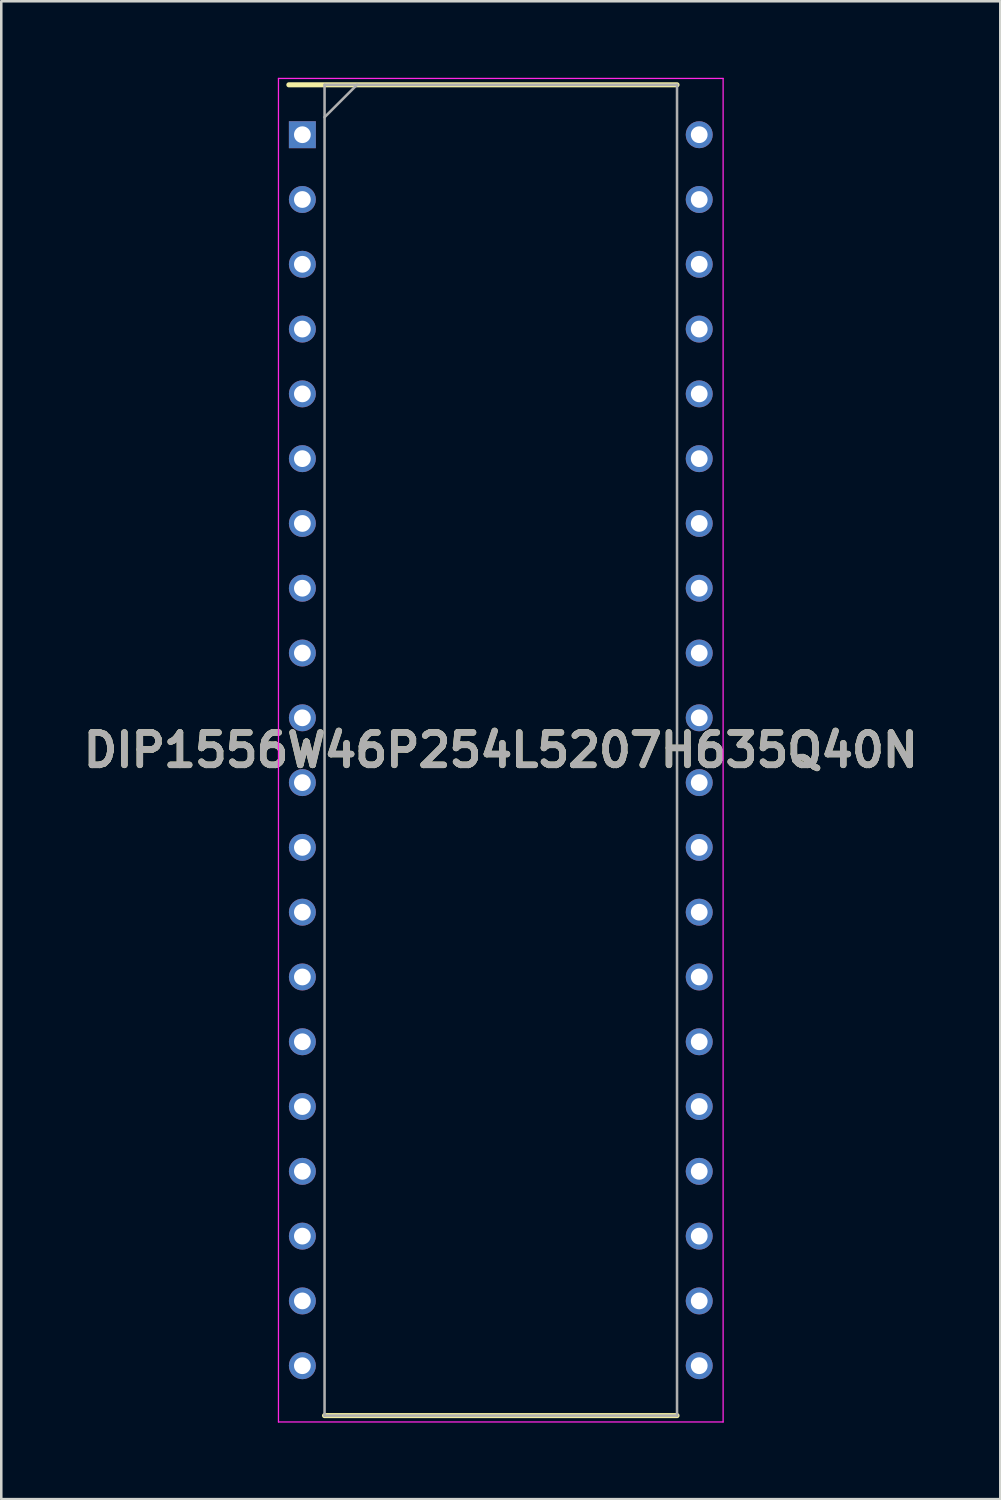
<source format=kicad_pcb>
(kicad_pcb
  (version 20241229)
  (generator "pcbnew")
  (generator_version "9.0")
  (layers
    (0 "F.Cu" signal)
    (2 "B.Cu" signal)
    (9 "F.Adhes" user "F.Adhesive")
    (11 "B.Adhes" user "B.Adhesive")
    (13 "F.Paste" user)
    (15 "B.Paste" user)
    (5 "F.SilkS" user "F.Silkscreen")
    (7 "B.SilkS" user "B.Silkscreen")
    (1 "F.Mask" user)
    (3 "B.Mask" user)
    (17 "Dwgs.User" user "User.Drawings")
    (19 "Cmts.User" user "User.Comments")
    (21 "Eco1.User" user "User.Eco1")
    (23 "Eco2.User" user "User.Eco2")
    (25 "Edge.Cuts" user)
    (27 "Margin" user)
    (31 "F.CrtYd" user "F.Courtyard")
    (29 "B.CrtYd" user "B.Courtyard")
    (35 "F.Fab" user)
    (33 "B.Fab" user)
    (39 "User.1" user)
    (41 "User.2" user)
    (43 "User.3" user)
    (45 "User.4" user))
  (footprint "DIP1556W46P254L5207H635Q40N"
    (layer "F.Cu")
    (at 16.583 26.361)
    (property "Reference" "DIP1556W46P254L5207H635Q40N" (at 0 0 0) (layer "F.SilkS") (effects (font (size 1.27 1.27) (thickness 0.254))))
    (attr through_hole)
    (fp_line (start -8.308 -26.086) (end 6.909 -26.086) (stroke (width 0.2) (type solid)) (layer "F.SilkS"))
    (fp_line (start -6.909 26.086) (end 6.909 26.086) (stroke (width 0.2) (type solid)) (layer "F.SilkS"))
    (fp_line (start -8.716 -26.336) (end 8.716 -26.336) (stroke (width 0.05) (type solid)) (layer "F.CrtYd"))
    (fp_line (start -8.716 26.336) (end -8.716 -26.336) (stroke (width 0.05) (type solid)) (layer "F.CrtYd"))
    (fp_line (start 8.716 -26.336) (end 8.716 26.336) (stroke (width 0.05) (type solid)) (layer "F.CrtYd"))
    (fp_line (start 8.716 26.336) (end -8.716 26.336) (stroke (width 0.05) (type solid)) (layer "F.CrtYd"))
    (fp_line (start -6.909 -26.086) (end 6.909 -26.086) (stroke (width 0.1) (type solid)) (layer "F.Fab"))
    (fp_line (start -6.909 -24.816) (end -5.639 -26.086) (stroke (width 0.1) (type solid)) (layer "F.Fab"))
    (fp_line (start -6.909 26.086) (end -6.909 -26.086) (stroke (width 0.1) (type solid)) (layer "F.Fab"))
    (fp_line (start 6.909 -26.086) (end 6.909 26.086) (stroke (width 0.1) (type solid)) (layer "F.Fab"))
    (fp_line (start 6.909 26.086) (end -6.909 26.086) (stroke (width 0.1) (type solid)) (layer "F.Fab"))
    (fp_text user "${REFERENCE}" (at 0 0 0) (layer "F.Fab") (effects (font (size 1.27 1.27) (thickness 0.254))))
    (pad "1" thru_hole rect (at -7.779 -24.13) (size 1.057 1.057) (drill 0.657) (layers "*.Cu" "*.Mask"))
    (pad "2" thru_hole circle (at -7.779 -21.59) (size 1.057 1.057) (drill 0.657) (layers "*.Cu" "*.Mask"))
    (pad "3" thru_hole circle (at -7.779 -19.05) (size 1.057 1.057) (drill 0.657) (layers "*.Cu" "*.Mask"))
    (pad "4" thru_hole circle (at -7.779 -16.51) (size 1.057 1.057) (drill 0.657) (layers "*.Cu" "*.Mask"))
    (pad "5" thru_hole circle (at -7.779 -13.97) (size 1.057 1.057) (drill 0.657) (layers "*.Cu" "*.Mask"))
    (pad "6" thru_hole circle (at -7.779 -11.43) (size 1.057 1.057) (drill 0.657) (layers "*.Cu" "*.Mask"))
    (pad "7" thru_hole circle (at -7.779 -8.89) (size 1.057 1.057) (drill 0.657) (layers "*.Cu" "*.Mask"))
    (pad "8" thru_hole circle (at -7.779 -6.35) (size 1.057 1.057) (drill 0.657) (layers "*.Cu" "*.Mask"))
    (pad "9" thru_hole circle (at -7.779 -3.81) (size 1.057 1.057) (drill 0.657) (layers "*.Cu" "*.Mask"))
    (pad "10" thru_hole circle (at -7.779 -1.27) (size 1.057 1.057) (drill 0.657) (layers "*.Cu" "*.Mask"))
    (pad "11" thru_hole circle (at -7.779 1.27) (size 1.057 1.057) (drill 0.657) (layers "*.Cu" "*.Mask"))
    (pad "12" thru_hole circle (at -7.779 3.81) (size 1.057 1.057) (drill 0.657) (layers "*.Cu" "*.Mask"))
    (pad "13" thru_hole circle (at -7.779 6.35) (size 1.057 1.057) (drill 0.657) (layers "*.Cu" "*.Mask"))
    (pad "14" thru_hole circle (at -7.779 8.89) (size 1.057 1.057) (drill 0.657) (layers "*.Cu" "*.Mask"))
    (pad "15" thru_hole circle (at -7.779 11.43) (size 1.057 1.057) (drill 0.657) (layers "*.Cu" "*.Mask"))
    (pad "16" thru_hole circle (at -7.779 13.97) (size 1.057 1.057) (drill 0.657) (layers "*.Cu" "*.Mask"))
    (pad "17" thru_hole circle (at -7.779 16.51) (size 1.057 1.057) (drill 0.657) (layers "*.Cu" "*.Mask"))
    (pad "18" thru_hole circle (at -7.779 19.05) (size 1.057 1.057) (drill 0.657) (layers "*.Cu" "*.Mask"))
    (pad "19" thru_hole circle (at -7.779 21.59) (size 1.057 1.057) (drill 0.657) (layers "*.Cu" "*.Mask"))
    (pad "20" thru_hole circle (at -7.779 24.13) (size 1.057 1.057) (drill 0.657) (layers "*.Cu" "*.Mask"))
    (pad "21" thru_hole circle (at 7.779 24.13) (size 1.057 1.057) (drill 0.657) (layers "*.Cu" "*.Mask"))
    (pad "22" thru_hole circle (at 7.779 21.59) (size 1.057 1.057) (drill 0.657) (layers "*.Cu" "*.Mask"))
    (pad "23" thru_hole circle (at 7.779 19.05) (size 1.057 1.057) (drill 0.657) (layers "*.Cu" "*.Mask"))
    (pad "24" thru_hole circle (at 7.779 16.51) (size 1.057 1.057) (drill 0.657) (layers "*.Cu" "*.Mask"))
    (pad "25" thru_hole circle (at 7.779 13.97) (size 1.057 1.057) (drill 0.657) (layers "*.Cu" "*.Mask"))
    (pad "26" thru_hole circle (at 7.779 11.43) (size 1.057 1.057) (drill 0.657) (layers "*.Cu" "*.Mask"))
    (pad "27" thru_hole circle (at 7.779 8.89) (size 1.057 1.057) (drill 0.657) (layers "*.Cu" "*.Mask"))
    (pad "28" thru_hole circle (at 7.779 6.35) (size 1.057 1.057) (drill 0.657) (layers "*.Cu" "*.Mask"))
    (pad "29" thru_hole circle (at 7.779 3.81) (size 1.057 1.057) (drill 0.657) (layers "*.Cu" "*.Mask"))
    (pad "30" thru_hole circle (at 7.779 1.27) (size 1.057 1.057) (drill 0.657) (layers "*.Cu" "*.Mask"))
    (pad "31" thru_hole circle (at 7.779 -1.27) (size 1.057 1.057) (drill 0.657) (layers "*.Cu" "*.Mask"))
    (pad "32" thru_hole circle (at 7.779 -3.81) (size 1.057 1.057) (drill 0.657) (layers "*.Cu" "*.Mask"))
    (pad "33" thru_hole circle (at 7.779 -6.35) (size 1.057 1.057) (drill 0.657) (layers "*.Cu" "*.Mask"))
    (pad "34" thru_hole circle (at 7.779 -8.89) (size 1.057 1.057) (drill 0.657) (layers "*.Cu" "*.Mask"))
    (pad "35" thru_hole circle (at 7.779 -11.43) (size 1.057 1.057) (drill 0.657) (layers "*.Cu" "*.Mask"))
    (pad "36" thru_hole circle (at 7.779 -13.97) (size 1.057 1.057) (drill 0.657) (layers "*.Cu" "*.Mask"))
    (pad "37" thru_hole circle (at 7.779 -16.51) (size 1.057 1.057) (drill 0.657) (layers "*.Cu" "*.Mask"))
    (pad "38" thru_hole circle (at 7.779 -19.05) (size 1.057 1.057) (drill 0.657) (layers "*.Cu" "*.Mask"))
    (pad "39" thru_hole circle (at 7.779 -21.59) (size 1.057 1.057) (drill 0.657) (layers "*.Cu" "*.Mask"))
    (pad "40" thru_hole circle (at 7.779 -24.13) (size 1.057 1.057) (drill 0.657) (layers "*.Cu" "*.Mask")))
  (gr_rect
    (start -3 -3)
    (end 36.165 55.722)
    (stroke (width 0.1) (type default))
    (fill no)
    (layer "Edge.Cuts")))
</source>
